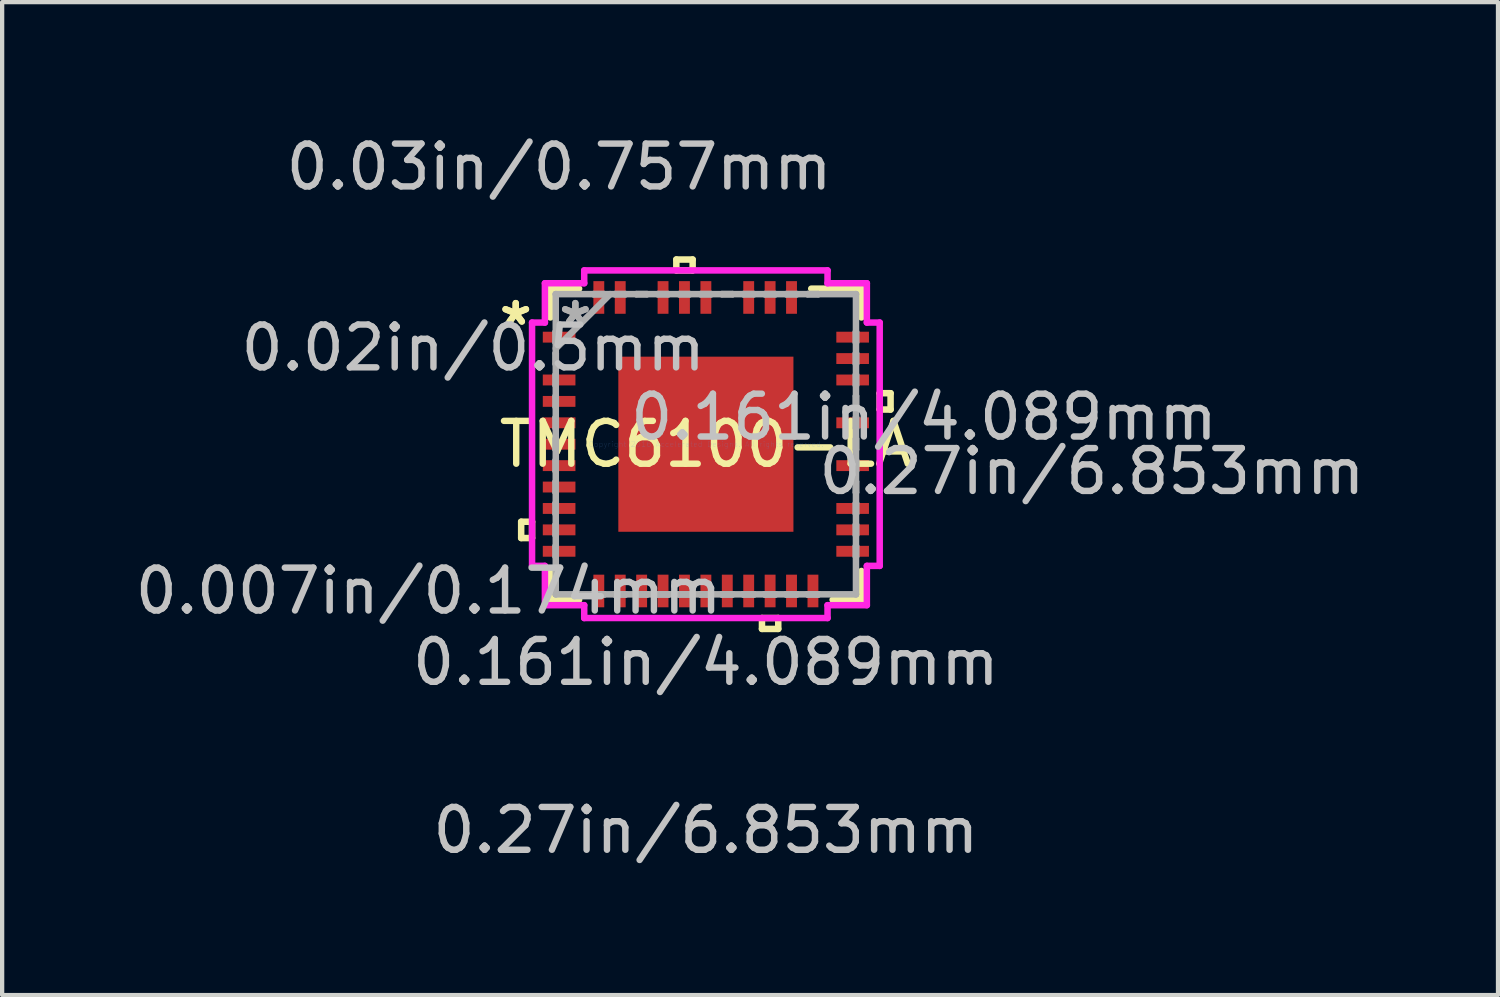
<source format=kicad_pcb>
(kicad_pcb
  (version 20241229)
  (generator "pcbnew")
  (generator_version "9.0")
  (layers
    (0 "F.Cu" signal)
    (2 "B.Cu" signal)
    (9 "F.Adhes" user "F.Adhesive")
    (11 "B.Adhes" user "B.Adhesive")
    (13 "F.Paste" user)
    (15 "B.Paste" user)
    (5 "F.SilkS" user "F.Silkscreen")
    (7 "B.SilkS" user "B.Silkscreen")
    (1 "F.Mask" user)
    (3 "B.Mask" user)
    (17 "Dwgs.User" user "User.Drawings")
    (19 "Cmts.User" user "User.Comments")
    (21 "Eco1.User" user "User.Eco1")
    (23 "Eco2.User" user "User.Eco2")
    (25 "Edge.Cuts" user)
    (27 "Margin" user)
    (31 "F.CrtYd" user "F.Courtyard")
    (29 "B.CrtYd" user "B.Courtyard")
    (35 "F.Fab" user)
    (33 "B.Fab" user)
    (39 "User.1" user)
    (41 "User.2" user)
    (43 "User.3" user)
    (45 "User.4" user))
  (footprint "TMC6100-LA"
    (layer "F.Cu")
    (at 13.433 7.323)
    (property "Reference" "TMC6100-LA" (at 0 0 0) (layer "F.SilkS") (effects (font (size 1 1) (thickness 0.15))))
    (attr through_hole)
    (fp_line (start -4.313 1.81) (end -4.313 2.191) (stroke (width 0.152) (type solid)) (layer "F.SilkS"))
    (fp_line (start -4.313 2.191) (end -4.059 2.191) (stroke (width 0.152) (type solid)) (layer "F.SilkS"))
    (fp_line (start -4.059 1.81) (end -4.313 1.81) (stroke (width 0.152) (type solid)) (layer "F.SilkS"))
    (fp_line (start -4.059 2.191) (end -4.059 1.81) (stroke (width 0.152) (type solid)) (layer "F.SilkS"))
    (fp_line (start -3.632 -3.632) (end -3.632 -2.96) (stroke (width 0.152) (type solid)) (layer "F.SilkS"))
    (fp_line (start -3.632 2.96) (end -3.632 3.632) (stroke (width 0.152) (type solid)) (layer "F.SilkS"))
    (fp_line (start -3.632 3.632) (end -2.96 3.632) (stroke (width 0.152) (type solid)) (layer "F.SilkS"))
    (fp_line (start -2.96 -3.632) (end -3.632 -3.632) (stroke (width 0.152) (type solid)) (layer "F.SilkS"))
    (fp_line (start -0.69 -4.313) (end -0.309 -4.313) (stroke (width 0.152) (type solid)) (layer "F.SilkS"))
    (fp_line (start -0.69 -4.059) (end -0.69 -4.313) (stroke (width 0.152) (type solid)) (layer "F.SilkS"))
    (fp_line (start -0.309 -4.313) (end -0.309 -4.059) (stroke (width 0.152) (type solid)) (layer "F.SilkS"))
    (fp_line (start -0.309 -4.059) (end -0.69 -4.059) (stroke (width 0.152) (type solid)) (layer "F.SilkS"))
    (fp_line (start 1.31 4.059) (end 1.31 4.313) (stroke (width 0.152) (type solid)) (layer "F.SilkS"))
    (fp_line (start 1.31 4.313) (end 1.69 4.313) (stroke (width 0.152) (type solid)) (layer "F.SilkS"))
    (fp_line (start 1.69 4.059) (end 1.31 4.059) (stroke (width 0.152) (type solid)) (layer "F.SilkS"))
    (fp_line (start 1.69 4.313) (end 1.69 4.059) (stroke (width 0.152) (type solid)) (layer "F.SilkS"))
    (fp_line (start 2.96 3.632) (end 3.632 3.632) (stroke (width 0.152) (type solid)) (layer "F.SilkS"))
    (fp_line (start 3.632 -3.632) (end 2.46 -3.632) (stroke (width 0.152) (type solid)) (layer "F.SilkS"))
    (fp_line (start 3.632 -2.96) (end 3.632 -3.632) (stroke (width 0.152) (type solid)) (layer "F.SilkS"))
    (fp_line (start 3.632 3.632) (end 3.632 2.96) (stroke (width 0.152) (type solid)) (layer "F.SilkS"))
    (fp_line (start 4.059 -1.191) (end 4.313 -1.191) (stroke (width 0.152) (type solid)) (layer "F.SilkS"))
    (fp_line (start 4.059 -0.81) (end 4.059 -1.191) (stroke (width 0.152) (type solid)) (layer "F.SilkS"))
    (fp_line (start 4.313 -1.191) (end 4.313 -0.81) (stroke (width 0.152) (type solid)) (layer "F.SilkS"))
    (fp_line (start 4.313 -0.81) (end 4.059 -0.81) (stroke (width 0.152) (type solid)) (layer "F.SilkS"))
    (fp_line (start -1.945 -1.945) (end -1.945 -0.782) (stroke (width 0.152) (type solid)) (layer "F.Paste"))
    (fp_line (start -1.945 -0.782) (end -0.782 -0.782) (stroke (width 0.152) (type solid)) (layer "F.Paste"))
    (fp_line (start -1.945 -0.582) (end -1.945 0.582) (stroke (width 0.152) (type solid)) (layer "F.Paste"))
    (fp_line (start -1.945 0.582) (end -0.782 0.582) (stroke (width 0.152) (type solid)) (layer "F.Paste"))
    (fp_line (start -1.945 0.782) (end -1.945 1.945) (stroke (width 0.152) (type solid)) (layer "F.Paste"))
    (fp_line (start -1.945 1.945) (end -0.782 1.945) (stroke (width 0.152) (type solid)) (layer "F.Paste"))
    (fp_line (start -0.782 -1.945) (end -1.945 -1.945) (stroke (width 0.152) (type solid)) (layer "F.Paste"))
    (fp_line (start -0.782 -0.782) (end -0.782 -1.945) (stroke (width 0.152) (type solid)) (layer "F.Paste"))
    (fp_line (start -0.782 -0.582) (end -1.945 -0.582) (stroke (width 0.152) (type solid)) (layer "F.Paste"))
    (fp_line (start -0.782 0.582) (end -0.782 -0.582) (stroke (width 0.152) (type solid)) (layer "F.Paste"))
    (fp_line (start -0.782 0.782) (end -1.945 0.782) (stroke (width 0.152) (type solid)) (layer "F.Paste"))
    (fp_line (start -0.782 1.945) (end -0.782 0.782) (stroke (width 0.152) (type solid)) (layer "F.Paste"))
    (fp_line (start -0.582 -1.945) (end -0.582 -0.782) (stroke (width 0.152) (type solid)) (layer "F.Paste"))
    (fp_line (start -0.582 -0.782) (end 0.582 -0.782) (stroke (width 0.152) (type solid)) (layer "F.Paste"))
    (fp_line (start -0.582 -0.582) (end -0.582 0.582) (stroke (width 0.152) (type solid)) (layer "F.Paste"))
    (fp_line (start -0.582 0.582) (end 0.582 0.582) (stroke (width 0.152) (type solid)) (layer "F.Paste"))
    (fp_line (start -0.582 0.782) (end -0.582 1.945) (stroke (width 0.152) (type solid)) (layer "F.Paste"))
    (fp_line (start -0.582 1.945) (end 0.582 1.945) (stroke (width 0.152) (type solid)) (layer "F.Paste"))
    (fp_line (start 0.582 -1.945) (end -0.582 -1.945) (stroke (width 0.152) (type solid)) (layer "F.Paste"))
    (fp_line (start 0.582 -0.782) (end 0.582 -1.945) (stroke (width 0.152) (type solid)) (layer "F.Paste"))
    (fp_line (start 0.582 -0.582) (end -0.582 -0.582) (stroke (width 0.152) (type solid)) (layer "F.Paste"))
    (fp_line (start 0.582 0.582) (end 0.582 -0.582) (stroke (width 0.152) (type solid)) (layer "F.Paste"))
    (fp_line (start 0.582 0.782) (end -0.582 0.782) (stroke (width 0.152) (type solid)) (layer "F.Paste"))
    (fp_line (start 0.582 1.945) (end 0.582 0.782) (stroke (width 0.152) (type solid)) (layer "F.Paste"))
    (fp_line (start 0.782 -1.945) (end 0.782 -0.782) (stroke (width 0.152) (type solid)) (layer "F.Paste"))
    (fp_line (start 0.782 -0.782) (end 1.945 -0.782) (stroke (width 0.152) (type solid)) (layer "F.Paste"))
    (fp_line (start 0.782 -0.582) (end 0.782 0.582) (stroke (width 0.152) (type solid)) (layer "F.Paste"))
    (fp_line (start 0.782 0.582) (end 1.945 0.582) (stroke (width 0.152) (type solid)) (layer "F.Paste"))
    (fp_line (start 0.782 0.782) (end 0.782 1.945) (stroke (width 0.152) (type solid)) (layer "F.Paste"))
    (fp_line (start 0.782 1.945) (end 1.945 1.945) (stroke (width 0.152) (type solid)) (layer "F.Paste"))
    (fp_line (start 1.945 -1.945) (end 0.782 -1.945) (stroke (width 0.152) (type solid)) (layer "F.Paste"))
    (fp_line (start 1.945 -0.782) (end 1.945 -1.945) (stroke (width 0.152) (type solid)) (layer "F.Paste"))
    (fp_line (start 1.945 -0.582) (end 0.782 -0.582) (stroke (width 0.152) (type solid)) (layer "F.Paste"))
    (fp_line (start 1.945 0.582) (end 1.945 -0.582) (stroke (width 0.152) (type solid)) (layer "F.Paste"))
    (fp_line (start 1.945 0.782) (end 0.782 0.782) (stroke (width 0.152) (type solid)) (layer "F.Paste"))
    (fp_line (start 1.945 1.945) (end 1.945 0.782) (stroke (width 0.152) (type solid)) (layer "F.Paste"))
    (fp_line (start -4.059 -2.841) (end -3.759 -2.841) (stroke (width 0.152) (type solid)) (layer "F.CrtYd"))
    (fp_line (start -4.059 2.841) (end -4.059 -2.841) (stroke (width 0.152) (type solid)) (layer "F.CrtYd"))
    (fp_line (start -3.759 -3.759) (end -2.841 -3.759) (stroke (width 0.152) (type solid)) (layer "F.CrtYd"))
    (fp_line (start -3.759 -2.841) (end -3.759 -3.759) (stroke (width 0.152) (type solid)) (layer "F.CrtYd"))
    (fp_line (start -3.759 2.841) (end -4.059 2.841) (stroke (width 0.152) (type solid)) (layer "F.CrtYd"))
    (fp_line (start -3.759 3.759) (end -3.759 2.841) (stroke (width 0.152) (type solid)) (layer "F.CrtYd"))
    (fp_line (start -2.841 -4.059) (end 2.841 -4.059) (stroke (width 0.152) (type solid)) (layer "F.CrtYd"))
    (fp_line (start -2.841 -3.759) (end -2.841 -4.059) (stroke (width 0.152) (type solid)) (layer "F.CrtYd"))
    (fp_line (start -2.841 3.759) (end -3.759 3.759) (stroke (width 0.152) (type solid)) (layer "F.CrtYd"))
    (fp_line (start -2.841 4.059) (end -2.841 3.759) (stroke (width 0.152) (type solid)) (layer "F.CrtYd"))
    (fp_line (start 2.841 -4.059) (end 2.841 -3.759) (stroke (width 0.152) (type solid)) (layer "F.CrtYd"))
    (fp_line (start 2.841 -3.759) (end 3.759 -3.759) (stroke (width 0.152) (type solid)) (layer "F.CrtYd"))
    (fp_line (start 2.841 3.759) (end 2.841 4.059) (stroke (width 0.152) (type solid)) (layer "F.CrtYd"))
    (fp_line (start 2.841 4.059) (end -2.841 4.059) (stroke (width 0.152) (type solid)) (layer "F.CrtYd"))
    (fp_line (start 3.759 -3.759) (end 3.759 -2.841) (stroke (width 0.152) (type solid)) (layer "F.CrtYd"))
    (fp_line (start 3.759 -2.841) (end 4.059 -2.841) (stroke (width 0.152) (type solid)) (layer "F.CrtYd"))
    (fp_line (start 3.759 2.841) (end 3.759 3.759) (stroke (width 0.152) (type solid)) (layer "F.CrtYd"))
    (fp_line (start 3.759 3.759) (end 2.841 3.759) (stroke (width 0.152) (type solid)) (layer "F.CrtYd"))
    (fp_line (start 4.059 -2.841) (end 4.059 2.841) (stroke (width 0.152) (type solid)) (layer "F.CrtYd"))
    (fp_line (start 4.059 2.841) (end 3.759 2.841) (stroke (width 0.152) (type solid)) (layer "F.CrtYd"))
    (fp_line (start -3.505 -3.505) (end -3.505 -3.505) (stroke (width 0.152) (type solid)) (layer "F.Fab"))
    (fp_line (start -3.505 -3.505) (end -3.505 3.505) (stroke (width 0.152) (type solid)) (layer "F.Fab"))
    (fp_line (start -3.505 -2.627) (end -3.505 -2.627) (stroke (width 0.152) (type solid)) (layer "F.Fab"))
    (fp_line (start -3.505 -2.627) (end -3.505 -2.373) (stroke (width 0.152) (type solid)) (layer "F.Fab"))
    (fp_line (start -3.505 -2.373) (end -3.505 -2.627) (stroke (width 0.152) (type solid)) (layer "F.Fab"))
    (fp_line (start -3.505 -2.373) (end -3.505 -2.373) (stroke (width 0.152) (type solid)) (layer "F.Fab"))
    (fp_line (start -3.505 -2.235) (end -2.235 -3.505) (stroke (width 0.152) (type solid)) (layer "F.Fab"))
    (fp_line (start -3.505 -2.127) (end -3.505 -2.127) (stroke (width 0.152) (type solid)) (layer "F.Fab"))
    (fp_line (start -3.505 -2.127) (end -3.505 -1.873) (stroke (width 0.152) (type solid)) (layer "F.Fab"))
    (fp_line (start -3.505 -1.873) (end -3.505 -2.127) (stroke (width 0.152) (type solid)) (layer "F.Fab"))
    (fp_line (start -3.505 -1.873) (end -3.505 -1.873) (stroke (width 0.152) (type solid)) (layer "F.Fab"))
    (fp_line (start -3.505 -1.627) (end -3.505 -1.627) (stroke (width 0.152) (type solid)) (layer "F.Fab"))
    (fp_line (start -3.505 -1.627) (end -3.505 -1.373) (stroke (width 0.152) (type solid)) (layer "F.Fab"))
    (fp_line (start -3.505 -1.373) (end -3.505 -1.627) (stroke (width 0.152) (type solid)) (layer "F.Fab"))
    (fp_line (start -3.505 -1.373) (end -3.505 -1.373) (stroke (width 0.152) (type solid)) (layer "F.Fab"))
    (fp_line (start -3.505 -1.127) (end -3.505 -1.127) (stroke (width 0.152) (type solid)) (layer "F.Fab"))
    (fp_line (start -3.505 -1.127) (end -3.505 -0.873) (stroke (width 0.152) (type solid)) (layer "F.Fab"))
    (fp_line (start -3.505 -0.873) (end -3.505 -1.127) (stroke (width 0.152) (type solid)) (layer "F.Fab"))
    (fp_line (start -3.505 -0.873) (end -3.505 -0.873) (stroke (width 0.152) (type solid)) (layer "F.Fab"))
    (fp_line (start -3.505 -0.627) (end -3.505 -0.627) (stroke (width 0.152) (type solid)) (layer "F.Fab"))
    (fp_line (start -3.505 -0.627) (end -3.505 -0.373) (stroke (width 0.152) (type solid)) (layer "F.Fab"))
    (fp_line (start -3.505 -0.373) (end -3.505 -0.627) (stroke (width 0.152) (type solid)) (layer "F.Fab"))
    (fp_line (start -3.505 -0.373) (end -3.505 -0.373) (stroke (width 0.152) (type solid)) (layer "F.Fab"))
    (fp_line (start -3.505 -0.127) (end -3.505 -0.127) (stroke (width 0.152) (type solid)) (layer "F.Fab"))
    (fp_line (start -3.505 -0.127) (end -3.505 0.127) (stroke (width 0.152) (type solid)) (layer "F.Fab"))
    (fp_line (start -3.505 0.127) (end -3.505 -0.127) (stroke (width 0.152) (type solid)) (layer "F.Fab"))
    (fp_line (start -3.505 0.127) (end -3.505 0.127) (stroke (width 0.152) (type solid)) (layer "F.Fab"))
    (fp_line (start -3.505 0.373) (end -3.505 0.373) (stroke (width 0.152) (type solid)) (layer "F.Fab"))
    (fp_line (start -3.505 0.373) (end -3.505 0.627) (stroke (width 0.152) (type solid)) (layer "F.Fab"))
    (fp_line (start -3.505 0.627) (end -3.505 0.373) (stroke (width 0.152) (type solid)) (layer "F.Fab"))
    (fp_line (start -3.505 0.627) (end -3.505 0.627) (stroke (width 0.152) (type solid)) (layer "F.Fab"))
    (fp_line (start -3.505 0.873) (end -3.505 0.873) (stroke (width 0.152) (type solid)) (layer "F.Fab"))
    (fp_line (start -3.505 0.873) (end -3.505 1.127) (stroke (width 0.152) (type solid)) (layer "F.Fab"))
    (fp_line (start -3.505 1.127) (end -3.505 0.873) (stroke (width 0.152) (type solid)) (layer "F.Fab"))
    (fp_line (start -3.505 1.127) (end -3.505 1.127) (stroke (width 0.152) (type solid)) (layer "F.Fab"))
    (fp_line (start -3.505 1.373) (end -3.505 1.373) (stroke (width 0.152) (type solid)) (layer "F.Fab"))
    (fp_line (start -3.505 1.373) (end -3.505 1.627) (stroke (width 0.152) (type solid)) (layer "F.Fab"))
    (fp_line (start -3.505 1.627) (end -3.505 1.373) (stroke (width 0.152) (type solid)) (layer "F.Fab"))
    (fp_line (start -3.505 1.627) (end -3.505 1.627) (stroke (width 0.152) (type solid)) (layer "F.Fab"))
    (fp_line (start -3.505 1.873) (end -3.505 1.873) (stroke (width 0.152) (type solid)) (layer "F.Fab"))
    (fp_line (start -3.505 1.873) (end -3.505 2.127) (stroke (width 0.152) (type solid)) (layer "F.Fab"))
    (fp_line (start -3.505 2.127) (end -3.505 1.873) (stroke (width 0.152) (type solid)) (layer "F.Fab"))
    (fp_line (start -3.505 2.127) (end -3.505 2.127) (stroke (width 0.152) (type solid)) (layer "F.Fab"))
    (fp_line (start -3.505 2.373) (end -3.505 2.373) (stroke (width 0.152) (type solid)) (layer "F.Fab"))
    (fp_line (start -3.505 2.373) (end -3.505 2.627) (stroke (width 0.152) (type solid)) (layer "F.Fab"))
    (fp_line (start -3.505 2.627) (end -3.505 2.373) (stroke (width 0.152) (type solid)) (layer "F.Fab"))
    (fp_line (start -3.505 2.627) (end -3.505 2.627) (stroke (width 0.152) (type solid)) (layer "F.Fab"))
    (fp_line (start -3.505 3.505) (end -3.505 3.505) (stroke (width 0.152) (type solid)) (layer "F.Fab"))
    (fp_line (start -3.505 3.505) (end 3.505 3.505) (stroke (width 0.152) (type solid)) (layer "F.Fab"))
    (fp_line (start -2.627 -3.505) (end -2.627 -3.505) (stroke (width 0.152) (type solid)) (layer "F.Fab"))
    (fp_line (start -2.627 -3.505) (end -2.373 -3.505) (stroke (width 0.152) (type solid)) (layer "F.Fab"))
    (fp_line (start -2.627 3.505) (end -2.627 3.505) (stroke (width 0.152) (type solid)) (layer "F.Fab"))
    (fp_line (start -2.627 3.505) (end -2.373 3.505) (stroke (width 0.152) (type solid)) (layer "F.Fab"))
    (fp_line (start -2.373 -3.505) (end -2.627 -3.505) (stroke (width 0.152) (type solid)) (layer "F.Fab"))
    (fp_line (start -2.373 -3.505) (end -2.373 -3.505) (stroke (width 0.152) (type solid)) (layer "F.Fab"))
    (fp_line (start -2.373 3.505) (end -2.627 3.505) (stroke (width 0.152) (type solid)) (layer "F.Fab"))
    (fp_line (start -2.373 3.505) (end -2.373 3.505) (stroke (width 0.152) (type solid)) (layer "F.Fab"))
    (fp_line (start -2.127 -3.505) (end -2.127 -3.505) (stroke (width 0.152) (type solid)) (layer "F.Fab"))
    (fp_line (start -2.127 -3.505) (end -1.873 -3.505) (stroke (width 0.152) (type solid)) (layer "F.Fab"))
    (fp_line (start -2.127 3.505) (end -2.127 3.505) (stroke (width 0.152) (type solid)) (layer "F.Fab"))
    (fp_line (start -2.127 3.505) (end -1.873 3.505) (stroke (width 0.152) (type solid)) (layer "F.Fab"))
    (fp_line (start -1.873 -3.505) (end -2.127 -3.505) (stroke (width 0.152) (type solid)) (layer "F.Fab"))
    (fp_line (start -1.873 -3.505) (end -1.873 -3.505) (stroke (width 0.152) (type solid)) (layer "F.Fab"))
    (fp_line (start -1.873 3.505) (end -2.127 3.505) (stroke (width 0.152) (type solid)) (layer "F.Fab"))
    (fp_line (start -1.873 3.505) (end -1.873 3.505) (stroke (width 0.152) (type solid)) (layer "F.Fab"))
    (fp_line (start -1.627 -3.505) (end -1.627 -3.505) (stroke (width 0.152) (type solid)) (layer "F.Fab"))
    (fp_line (start -1.627 -3.505) (end -1.373 -3.505) (stroke (width 0.152) (type solid)) (layer "F.Fab"))
    (fp_line (start -1.627 3.505) (end -1.627 3.505) (stroke (width 0.152) (type solid)) (layer "F.Fab"))
    (fp_line (start -1.627 3.505) (end -1.373 3.505) (stroke (width 0.152) (type solid)) (layer "F.Fab"))
    (fp_line (start -1.373 -3.505) (end -1.627 -3.505) (stroke (width 0.152) (type solid)) (layer "F.Fab"))
    (fp_line (start -1.373 -3.505) (end -1.373 -3.505) (stroke (width 0.152) (type solid)) (layer "F.Fab"))
    (fp_line (start -1.373 3.505) (end -1.627 3.505) (stroke (width 0.152) (type solid)) (layer "F.Fab"))
    (fp_line (start -1.373 3.505) (end -1.373 3.505) (stroke (width 0.152) (type solid)) (layer "F.Fab"))
    (fp_line (start -1.127 -3.505) (end -1.127 -3.505) (stroke (width 0.152) (type solid)) (layer "F.Fab"))
    (fp_line (start -1.127 -3.505) (end -0.873 -3.505) (stroke (width 0.152) (type solid)) (layer "F.Fab"))
    (fp_line (start -1.127 3.505) (end -1.127 3.505) (stroke (width 0.152) (type solid)) (layer "F.Fab"))
    (fp_line (start -1.127 3.505) (end -0.873 3.505) (stroke (width 0.152) (type solid)) (layer "F.Fab"))
    (fp_line (start -0.873 -3.505) (end -1.127 -3.505) (stroke (width 0.152) (type solid)) (layer "F.Fab"))
    (fp_line (start -0.873 -3.505) (end -0.873 -3.505) (stroke (width 0.152) (type solid)) (layer "F.Fab"))
    (fp_line (start -0.873 3.505) (end -1.127 3.505) (stroke (width 0.152) (type solid)) (layer "F.Fab"))
    (fp_line (start -0.873 3.505) (end -0.873 3.505) (stroke (width 0.152) (type solid)) (layer "F.Fab"))
    (fp_line (start -0.627 -3.505) (end -0.627 -3.505) (stroke (width 0.152) (type solid)) (layer "F.Fab"))
    (fp_line (start -0.627 -3.505) (end -0.373 -3.505) (stroke (width 0.152) (type solid)) (layer "F.Fab"))
    (fp_line (start -0.627 3.505) (end -0.627 3.505) (stroke (width 0.152) (type solid)) (layer "F.Fab"))
    (fp_line (start -0.627 3.505) (end -0.373 3.505) (stroke (width 0.152) (type solid)) (layer "F.Fab"))
    (fp_line (start -0.373 -3.505) (end -0.627 -3.505) (stroke (width 0.152) (type solid)) (layer "F.Fab"))
    (fp_line (start -0.373 -3.505) (end -0.373 -3.505) (stroke (width 0.152) (type solid)) (layer "F.Fab"))
    (fp_line (start -0.373 3.505) (end -0.627 3.505) (stroke (width 0.152) (type solid)) (layer "F.Fab"))
    (fp_line (start -0.373 3.505) (end -0.373 3.505) (stroke (width 0.152) (type solid)) (layer "F.Fab"))
    (fp_line (start -0.127 -3.505) (end -0.127 -3.505) (stroke (width 0.152) (type solid)) (layer "F.Fab"))
    (fp_line (start -0.127 -3.505) (end 0.127 -3.505) (stroke (width 0.152) (type solid)) (layer "F.Fab"))
    (fp_line (start -0.127 3.505) (end -0.127 3.505) (stroke (width 0.152) (type solid)) (layer "F.Fab"))
    (fp_line (start -0.127 3.505) (end 0.127 3.505) (stroke (width 0.152) (type solid)) (layer "F.Fab"))
    (fp_line (start 0.127 -3.505) (end -0.127 -3.505) (stroke (width 0.152) (type solid)) (layer "F.Fab"))
    (fp_line (start 0.127 -3.505) (end 0.127 -3.505) (stroke (width 0.152) (type solid)) (layer "F.Fab"))
    (fp_line (start 0.127 3.505) (end -0.127 3.505) (stroke (width 0.152) (type solid)) (layer "F.Fab"))
    (fp_line (start 0.127 3.505) (end 0.127 3.505) (stroke (width 0.152) (type solid)) (layer "F.Fab"))
    (fp_line (start 0.373 -3.505) (end 0.373 -3.505) (stroke (width 0.152) (type solid)) (layer "F.Fab"))
    (fp_line (start 0.373 -3.505) (end 0.627 -3.505) (stroke (width 0.152) (type solid)) (layer "F.Fab"))
    (fp_line (start 0.373 3.505) (end 0.373 3.505) (stroke (width 0.152) (type solid)) (layer "F.Fab"))
    (fp_line (start 0.373 3.505) (end 0.627 3.505) (stroke (width 0.152) (type solid)) (layer "F.Fab"))
    (fp_line (start 0.627 -3.505) (end 0.373 -3.505) (stroke (width 0.152) (type solid)) (layer "F.Fab"))
    (fp_line (start 0.627 -3.505) (end 0.627 -3.505) (stroke (width 0.152) (type solid)) (layer "F.Fab"))
    (fp_line (start 0.627 3.505) (end 0.373 3.505) (stroke (width 0.152) (type solid)) (layer "F.Fab"))
    (fp_line (start 0.627 3.505) (end 0.627 3.505) (stroke (width 0.152) (type solid)) (layer "F.Fab"))
    (fp_line (start 0.873 -3.505) (end 0.873 -3.505) (stroke (width 0.152) (type solid)) (layer "F.Fab"))
    (fp_line (start 0.873 -3.505) (end 1.127 -3.505) (stroke (width 0.152) (type solid)) (layer "F.Fab"))
    (fp_line (start 0.873 3.505) (end 0.873 3.505) (stroke (width 0.152) (type solid)) (layer "F.Fab"))
    (fp_line (start 0.873 3.505) (end 1.127 3.505) (stroke (width 0.152) (type solid)) (layer "F.Fab"))
    (fp_line (start 1.127 -3.505) (end 0.873 -3.505) (stroke (width 0.152) (type solid)) (layer "F.Fab"))
    (fp_line (start 1.127 -3.505) (end 1.127 -3.505) (stroke (width 0.152) (type solid)) (layer "F.Fab"))
    (fp_line (start 1.127 3.505) (end 0.873 3.505) (stroke (width 0.152) (type solid)) (layer "F.Fab"))
    (fp_line (start 1.127 3.505) (end 1.127 3.505) (stroke (width 0.152) (type solid)) (layer "F.Fab"))
    (fp_line (start 1.373 -3.505) (end 1.373 -3.505) (stroke (width 0.152) (type solid)) (layer "F.Fab"))
    (fp_line (start 1.373 -3.505) (end 1.627 -3.505) (stroke (width 0.152) (type solid)) (layer "F.Fab"))
    (fp_line (start 1.373 3.505) (end 1.373 3.505) (stroke (width 0.152) (type solid)) (layer "F.Fab"))
    (fp_line (start 1.373 3.505) (end 1.627 3.505) (stroke (width 0.152) (type solid)) (layer "F.Fab"))
    (fp_line (start 1.627 -3.505) (end 1.373 -3.505) (stroke (width 0.152) (type solid)) (layer "F.Fab"))
    (fp_line (start 1.627 -3.505) (end 1.627 -3.505) (stroke (width 0.152) (type solid)) (layer "F.Fab"))
    (fp_line (start 1.627 3.505) (end 1.373 3.505) (stroke (width 0.152) (type solid)) (layer "F.Fab"))
    (fp_line (start 1.627 3.505) (end 1.627 3.505) (stroke (width 0.152) (type solid)) (layer "F.Fab"))
    (fp_line (start 1.873 -3.505) (end 1.873 -3.505) (stroke (width 0.152) (type solid)) (layer "F.Fab"))
    (fp_line (start 1.873 -3.505) (end 2.127 -3.505) (stroke (width 0.152) (type solid)) (layer "F.Fab"))
    (fp_line (start 1.873 3.505) (end 1.873 3.505) (stroke (width 0.152) (type solid)) (layer "F.Fab"))
    (fp_line (start 1.873 3.505) (end 2.127 3.505) (stroke (width 0.152) (type solid)) (layer "F.Fab"))
    (fp_line (start 2.127 -3.505) (end 1.873 -3.505) (stroke (width 0.152) (type solid)) (layer "F.Fab"))
    (fp_line (start 2.127 -3.505) (end 2.127 -3.505) (stroke (width 0.152) (type solid)) (layer "F.Fab"))
    (fp_line (start 2.127 3.505) (end 1.873 3.505) (stroke (width 0.152) (type solid)) (layer "F.Fab"))
    (fp_line (start 2.127 3.505) (end 2.127 3.505) (stroke (width 0.152) (type solid)) (layer "F.Fab"))
    (fp_line (start 2.373 -3.505) (end 2.373 -3.505) (stroke (width 0.152) (type solid)) (layer "F.Fab"))
    (fp_line (start 2.373 -3.505) (end 2.627 -3.505) (stroke (width 0.152) (type solid)) (layer "F.Fab"))
    (fp_line (start 2.373 3.505) (end 2.373 3.505) (stroke (width 0.152) (type solid)) (layer "F.Fab"))
    (fp_line (start 2.373 3.505) (end 2.627 3.505) (stroke (width 0.152) (type solid)) (layer "F.Fab"))
    (fp_line (start 2.627 -3.505) (end 2.373 -3.505) (stroke (width 0.152) (type solid)) (layer "F.Fab"))
    (fp_line (start 2.627 -3.505) (end 2.627 -3.505) (stroke (width 0.152) (type solid)) (layer "F.Fab"))
    (fp_line (start 2.627 3.505) (end 2.373 3.505) (stroke (width 0.152) (type solid)) (layer "F.Fab"))
    (fp_line (start 2.627 3.505) (end 2.627 3.505) (stroke (width 0.152) (type solid)) (layer "F.Fab"))
    (fp_line (start 3.505 -3.505) (end -3.505 -3.505) (stroke (width 0.152) (type solid)) (layer "F.Fab"))
    (fp_line (start 3.505 -3.505) (end 3.505 -3.505) (stroke (width 0.152) (type solid)) (layer "F.Fab"))
    (fp_line (start 3.505 -2.627) (end 3.505 -2.627) (stroke (width 0.152) (type solid)) (layer "F.Fab"))
    (fp_line (start 3.505 -2.627) (end 3.505 -2.373) (stroke (width 0.152) (type solid)) (layer "F.Fab"))
    (fp_line (start 3.505 -2.373) (end 3.505 -2.627) (stroke (width 0.152) (type solid)) (layer "F.Fab"))
    (fp_line (start 3.505 -2.373) (end 3.505 -2.373) (stroke (width 0.152) (type solid)) (layer "F.Fab"))
    (fp_line (start 3.505 -2.127) (end 3.505 -2.127) (stroke (width 0.152) (type solid)) (layer "F.Fab"))
    (fp_line (start 3.505 -2.127) (end 3.505 -1.873) (stroke (width 0.152) (type solid)) (layer "F.Fab"))
    (fp_line (start 3.505 -1.873) (end 3.505 -2.127) (stroke (width 0.152) (type solid)) (layer "F.Fab"))
    (fp_line (start 3.505 -1.873) (end 3.505 -1.873) (stroke (width 0.152) (type solid)) (layer "F.Fab"))
    (fp_line (start 3.505 -1.627) (end 3.505 -1.627) (stroke (width 0.152) (type solid)) (layer "F.Fab"))
    (fp_line (start 3.505 -1.627) (end 3.505 -1.373) (stroke (width 0.152) (type solid)) (layer "F.Fab"))
    (fp_line (start 3.505 -1.373) (end 3.505 -1.627) (stroke (width 0.152) (type solid)) (layer "F.Fab"))
    (fp_line (start 3.505 -1.373) (end 3.505 -1.373) (stroke (width 0.152) (type solid)) (layer "F.Fab"))
    (fp_line (start 3.505 -1.127) (end 3.505 -1.127) (stroke (width 0.152) (type solid)) (layer "F.Fab"))
    (fp_line (start 3.505 -1.127) (end 3.505 -0.873) (stroke (width 0.152) (type solid)) (layer "F.Fab"))
    (fp_line (start 3.505 -0.873) (end 3.505 -1.127) (stroke (width 0.152) (type solid)) (layer "F.Fab"))
    (fp_line (start 3.505 -0.873) (end 3.505 -0.873) (stroke (width 0.152) (type solid)) (layer "F.Fab"))
    (fp_line (start 3.505 -0.627) (end 3.505 -0.627) (stroke (width 0.152) (type solid)) (layer "F.Fab"))
    (fp_line (start 3.505 -0.627) (end 3.505 -0.373) (stroke (width 0.152) (type solid)) (layer "F.Fab"))
    (fp_line (start 3.505 -0.373) (end 3.505 -0.627) (stroke (width 0.152) (type solid)) (layer "F.Fab"))
    (fp_line (start 3.505 -0.373) (end 3.505 -0.373) (stroke (width 0.152) (type solid)) (layer "F.Fab"))
    (fp_line (start 3.505 -0.127) (end 3.505 -0.127) (stroke (width 0.152) (type solid)) (layer "F.Fab"))
    (fp_line (start 3.505 -0.127) (end 3.505 0.127) (stroke (width 0.152) (type solid)) (layer "F.Fab"))
    (fp_line (start 3.505 0.127) (end 3.505 -0.127) (stroke (width 0.152) (type solid)) (layer "F.Fab"))
    (fp_line (start 3.505 0.127) (end 3.505 0.127) (stroke (width 0.152) (type solid)) (layer "F.Fab"))
    (fp_line (start 3.505 0.373) (end 3.505 0.373) (stroke (width 0.152) (type solid)) (layer "F.Fab"))
    (fp_line (start 3.505 0.373) (end 3.505 0.627) (stroke (width 0.152) (type solid)) (layer "F.Fab"))
    (fp_line (start 3.505 0.627) (end 3.505 0.373) (stroke (width 0.152) (type solid)) (layer "F.Fab"))
    (fp_line (start 3.505 0.627) (end 3.505 0.627) (stroke (width 0.152) (type solid)) (layer "F.Fab"))
    (fp_line (start 3.505 0.873) (end 3.505 0.873) (stroke (width 0.152) (type solid)) (layer "F.Fab"))
    (fp_line (start 3.505 0.873) (end 3.505 1.127) (stroke (width 0.152) (type solid)) (layer "F.Fab"))
    (fp_line (start 3.505 1.127) (end 3.505 0.873) (stroke (width 0.152) (type solid)) (layer "F.Fab"))
    (fp_line (start 3.505 1.127) (end 3.505 1.127) (stroke (width 0.152) (type solid)) (layer "F.Fab"))
    (fp_line (start 3.505 1.373) (end 3.505 1.373) (stroke (width 0.152) (type solid)) (layer "F.Fab"))
    (fp_line (start 3.505 1.373) (end 3.505 1.627) (stroke (width 0.152) (type solid)) (layer "F.Fab"))
    (fp_line (start 3.505 1.627) (end 3.505 1.373) (stroke (width 0.152) (type solid)) (layer "F.Fab"))
    (fp_line (start 3.505 1.627) (end 3.505 1.627) (stroke (width 0.152) (type solid)) (layer "F.Fab"))
    (fp_line (start 3.505 1.873) (end 3.505 1.873) (stroke (width 0.152) (type solid)) (layer "F.Fab"))
    (fp_line (start 3.505 1.873) (end 3.505 2.127) (stroke (width 0.152) (type solid)) (layer "F.Fab"))
    (fp_line (start 3.505 2.127) (end 3.505 1.873) (stroke (width 0.152) (type solid)) (layer "F.Fab"))
    (fp_line (start 3.505 2.127) (end 3.505 2.127) (stroke (width 0.152) (type solid)) (layer "F.Fab"))
    (fp_line (start 3.505 2.373) (end 3.505 2.373) (stroke (width 0.152) (type solid)) (layer "F.Fab"))
    (fp_line (start 3.505 2.373) (end 3.505 2.627) (stroke (width 0.152) (type solid)) (layer "F.Fab"))
    (fp_line (start 3.505 2.627) (end 3.505 2.373) (stroke (width 0.152) (type solid)) (layer "F.Fab"))
    (fp_line (start 3.505 2.627) (end 3.505 2.627) (stroke (width 0.152) (type solid)) (layer "F.Fab"))
    (fp_line (start 3.505 3.505) (end 3.505 -3.505) (stroke (width 0.152) (type solid)) (layer "F.Fab"))
    (fp_line (start 3.505 3.505) (end 3.505 3.505) (stroke (width 0.152) (type solid)) (layer "F.Fab"))
    (fp_text user "*" (at -4.44 -2.75 0) (layer "F.SilkS") (effects (font (size 1 1) (thickness 0.15))))
    (fp_text user "*" (at -4.44 -2.75 0) (layer "F.SilkS") (effects (font (size 1 1) (thickness 0.15))))
    (fp_text user "0.27in/6.853mm" (at 0 9.015 0) (layer "Dwgs.User") (effects (font (size 1 1) (thickness 0.15))))
    (fp_text user "0.03in/0.757mm" (at -3.427 -6.475 0) (layer "Dwgs.User") (effects (font (size 1 1) (thickness 0.15))))
    (fp_text user "0.02in/0.5mm" (at -5.433 -2.25 0) (layer "Dwgs.User") (effects (font (size 1 1) (thickness 0.15))))
    (fp_text user "0.161in/4.089mm" (at 5.093 -0.635 0) (layer "Dwgs.User") (effects (font (size 1 1) (thickness 0.15))))
    (fp_text user "0.161in/4.089mm" (at 0 5.093 0) (layer "Dwgs.User") (effects (font (size 1 1) (thickness 0.15))))
    (fp_text user "0.27in/6.853mm" (at 9.015 0.635 0) (layer "Dwgs.User") (effects (font (size 1 1) (thickness 0.15))))
    (fp_text user "0.007in/0.174mm" (at -6.475 3.427 0) (layer "Dwgs.User") (effects (font (size 1 1) (thickness 0.15))))
    (fp_text user "Copyright 2016 Accelerated Designs. All rights reserved." (at 0 0 0) (layer "Cmts.User") (effects (font (size 0.127 0.127) (thickness 0.002))))
    (fp_text user "*" (at -3.048 -2.75 0) (layer "F.Fab") (effects (font (size 1 1) (thickness 0.15))))
    (fp_text user "*" (at -3.048 -2.75 0) (layer "F.Fab") (effects (font (size 1 1) (thickness 0.15))))
    (pad "1" smd rect (at -3.427 -2.5 90) (size 0.254 0.762) (layers "F.Cu" "F.Mask" "F.Paste"))
    (pad "2" smd rect (at -3.427 -1.5 90) (size 0.254 0.762) (layers "F.Cu" "F.Mask" "F.Paste"))
    (pad "3" smd rect (at -3.427 -1 90) (size 0.254 0.762) (layers "F.Cu" "F.Mask" "F.Paste"))
    (pad "4" smd rect (at -3.427 -0.5 90) (size 0.254 0.762) (layers "F.Cu" "F.Mask" "F.Paste"))
    (pad "5" smd rect (at -3.427 0 90) (size 0.254 0.762) (layers "F.Cu" "F.Mask" "F.Paste"))
    (pad "6" smd rect (at -3.427 0.5 90) (size 0.254 0.762) (layers "F.Cu" "F.Mask" "F.Paste"))
    (pad "7" smd rect (at -3.427 1 90) (size 0.254 0.762) (layers "F.Cu" "F.Mask" "F.Paste"))
    (pad "8" smd rect (at -3.427 1.5 90) (size 0.254 0.762) (layers "F.Cu" "F.Mask" "F.Paste"))
    (pad "9" smd rect (at -3.427 2 90) (size 0.254 0.762) (layers "F.Cu" "F.Mask" "F.Paste"))
    (pad "10" smd rect (at -3.427 2.5 90) (size 0.254 0.762) (layers "F.Cu" "F.Mask" "F.Paste"))
    (pad "11" smd rect (at -2.5 3.427) (size 0.254 0.762) (layers "F.Cu" "F.Mask" "F.Paste"))
    (pad "12" smd rect (at -2 3.427) (size 0.254 0.762) (layers "F.Cu" "F.Mask" "F.Paste"))
    (pad "13" smd rect (at -1.5 3.427) (size 0.254 0.762) (layers "F.Cu" "F.Mask" "F.Paste"))
    (pad "14" smd rect (at -1 3.427) (size 0.254 0.762) (layers "F.Cu" "F.Mask" "F.Paste"))
    (pad "15" smd rect (at -0.5 3.427) (size 0.254 0.762) (layers "F.Cu" "F.Mask" "F.Paste"))
    (pad "16" smd rect (at 0 3.427) (size 0.254 0.762) (layers "F.Cu" "F.Mask" "F.Paste"))
    (pad "17" smd rect (at 0.5 3.427) (size 0.254 0.762) (layers "F.Cu" "F.Mask" "F.Paste"))
    (pad "18" smd rect (at 1 3.427) (size 0.254 0.762) (layers "F.Cu" "F.Mask" "F.Paste"))
    (pad "19" smd rect (at 1.5 3.427) (size 0.254 0.762) (layers "F.Cu" "F.Mask" "F.Paste"))
    (pad "20" smd rect (at 2 3.427) (size 0.254 0.762) (layers "F.Cu" "F.Mask" "F.Paste"))
    (pad "21" smd rect (at 2.5 3.427) (size 0.254 0.762) (layers "F.Cu" "F.Mask" "F.Paste"))
    (pad "22" smd rect (at 3.427 2.5 90) (size 0.254 0.762) (layers "F.Cu" "F.Mask" "F.Paste"))
    (pad "23" smd rect (at 3.427 2 90) (size 0.254 0.762) (layers "F.Cu" "F.Mask" "F.Paste"))
    (pad "24" smd rect (at 3.427 1.5 90) (size 0.254 0.762) (layers "F.Cu" "F.Mask" "F.Paste"))
    (pad "25" smd rect (at 3.427 0.5 90) (size 0.254 0.762) (layers "F.Cu" "F.Mask" "F.Paste"))
    (pad "26" smd rect (at 3.427 -0.5 90) (size 0.254 0.762) (layers "F.Cu" "F.Mask" "F.Paste"))
    (pad "27" smd rect (at 3.427 -1.5 90) (size 0.254 0.762) (layers "F.Cu" "F.Mask" "F.Paste"))
    (pad "28" smd rect (at 3.427 -2 90) (size 0.254 0.762) (layers "F.Cu" "F.Mask" "F.Paste"))
    (pad "29" smd rect (at 3.427 -2.5 90) (size 0.254 0.762) (layers "F.Cu" "F.Mask" "F.Paste"))
    (pad "30" smd rect (at 2 -3.427) (size 0.254 0.762) (layers "F.Cu" "F.Mask" "F.Paste"))
    (pad "31" smd rect (at 1.5 -3.427) (size 0.254 0.762) (layers "F.Cu" "F.Mask" "F.Paste"))
    (pad "32" smd rect (at 1 -3.427) (size 0.254 0.762) (layers "F.Cu" "F.Mask" "F.Paste"))
    (pad "33" smd rect (at 0 -3.427) (size 0.254 0.762) (layers "F.Cu" "F.Mask" "F.Paste"))
    (pad "34" smd rect (at -0.5 -3.427) (size 0.254 0.762) (layers "F.Cu" "F.Mask" "F.Paste"))
    (pad "35" smd rect (at -1 -3.427) (size 0.254 0.762) (layers "F.Cu" "F.Mask" "F.Paste"))
    (pad "36" smd rect (at -2 -3.427) (size 0.254 0.762) (layers "F.Cu" "F.Mask" "F.Paste"))
    (pad "37" smd rect (at -2.5 -3.427) (size 0.254 0.762) (layers "F.Cu" "F.Mask" "F.Paste"))
    (pad "38" smd rect (at 0 0) (size 4.089 4.089) (layers "F.Cu" "F.Mask" "F.Paste")))
  (gr_rect
    (start -3 -3)
    (end 31.93 20.186)
    (stroke (width 0.1) (type default))
    (fill no)
    (layer "Edge.Cuts")))
</source>
